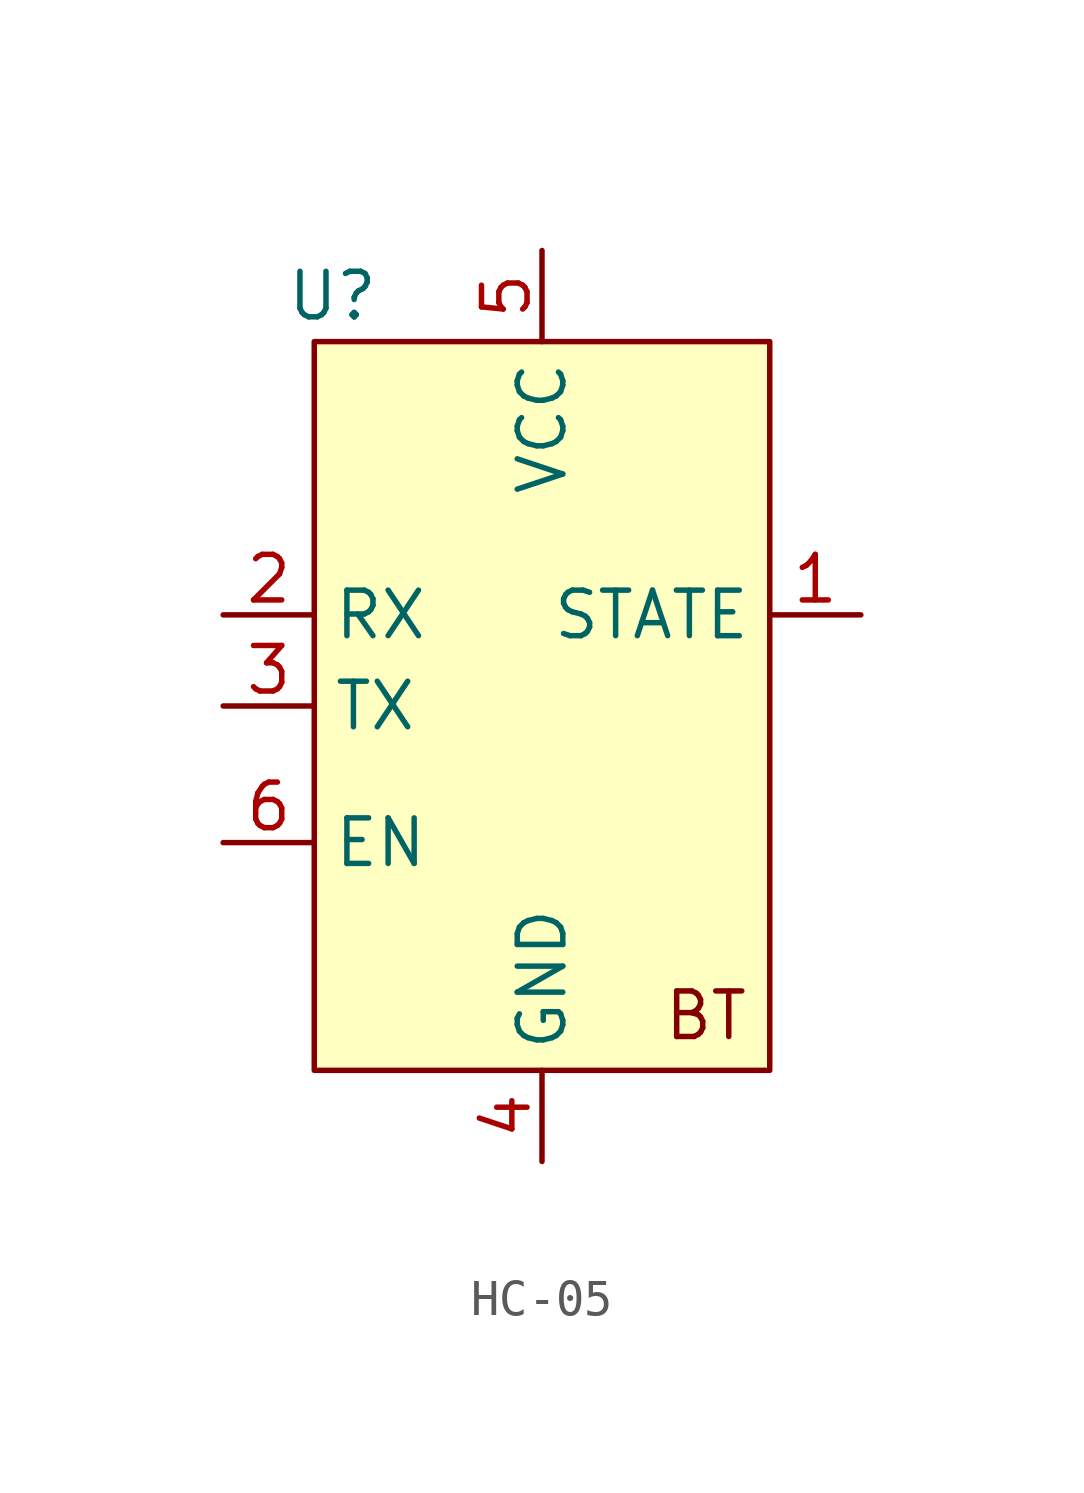
<source format=kicad_sym>
(kicad_symbol_lib
  (version 20241209)
  (generator "kicad_symbol_editor")
  (generator_version "9.0")
  (symbol "HC-05"
    (property "Reference" "U"
      (at -5.842 12.7 0)
      (effects (font (size 1.27 1.27))))
    (symbol "HC-05_1_1"
      (rectangle (start -6.35 11.43) (end 6.35 -8.89) (stroke (width 0) (type solid)) (fill (type background)))
      (text "BT" (at 4.572 -7.366 0) (effects (font (size 1.27 1.27))))
      (pin input line (at -8.89 3.81 0) (length 2.54) (name "RX" (effects (font (size 1.27 1.27)))) (number "2" (effects (font (size 1.27 1.27)))))
      (pin output line (at -8.89 1.27 0) (length 2.54) (name "TX" (effects (font (size 1.27 1.27)))) (number "3" (effects (font (size 1.27 1.27)))))
      (pin input line (at -8.89 -2.54 0) (length 2.54) (name "EN" (effects (font (size 1.27 1.27)))) (number "6" (effects (font (size 1.27 1.27)))))
      (pin power_in line (at 0 13.97 270) (length 2.54) (name "VCC" (effects (font (size 1.27 1.27)))) (number "5" (effects (font (size 1.27 1.27)))))
      (pin power_in line (at 0 -11.43 90) (length 2.54) (name "GND" (effects (font (size 1.27 1.27)))) (number "4" (effects (font (size 1.27 1.27)))))
      (pin output line (at 8.89 3.81 180) (length 2.54) (name "STATE" (effects (font (size 1.27 1.27)))) (number "1" (effects (font (size 1.27 1.27))))))))
</source>
